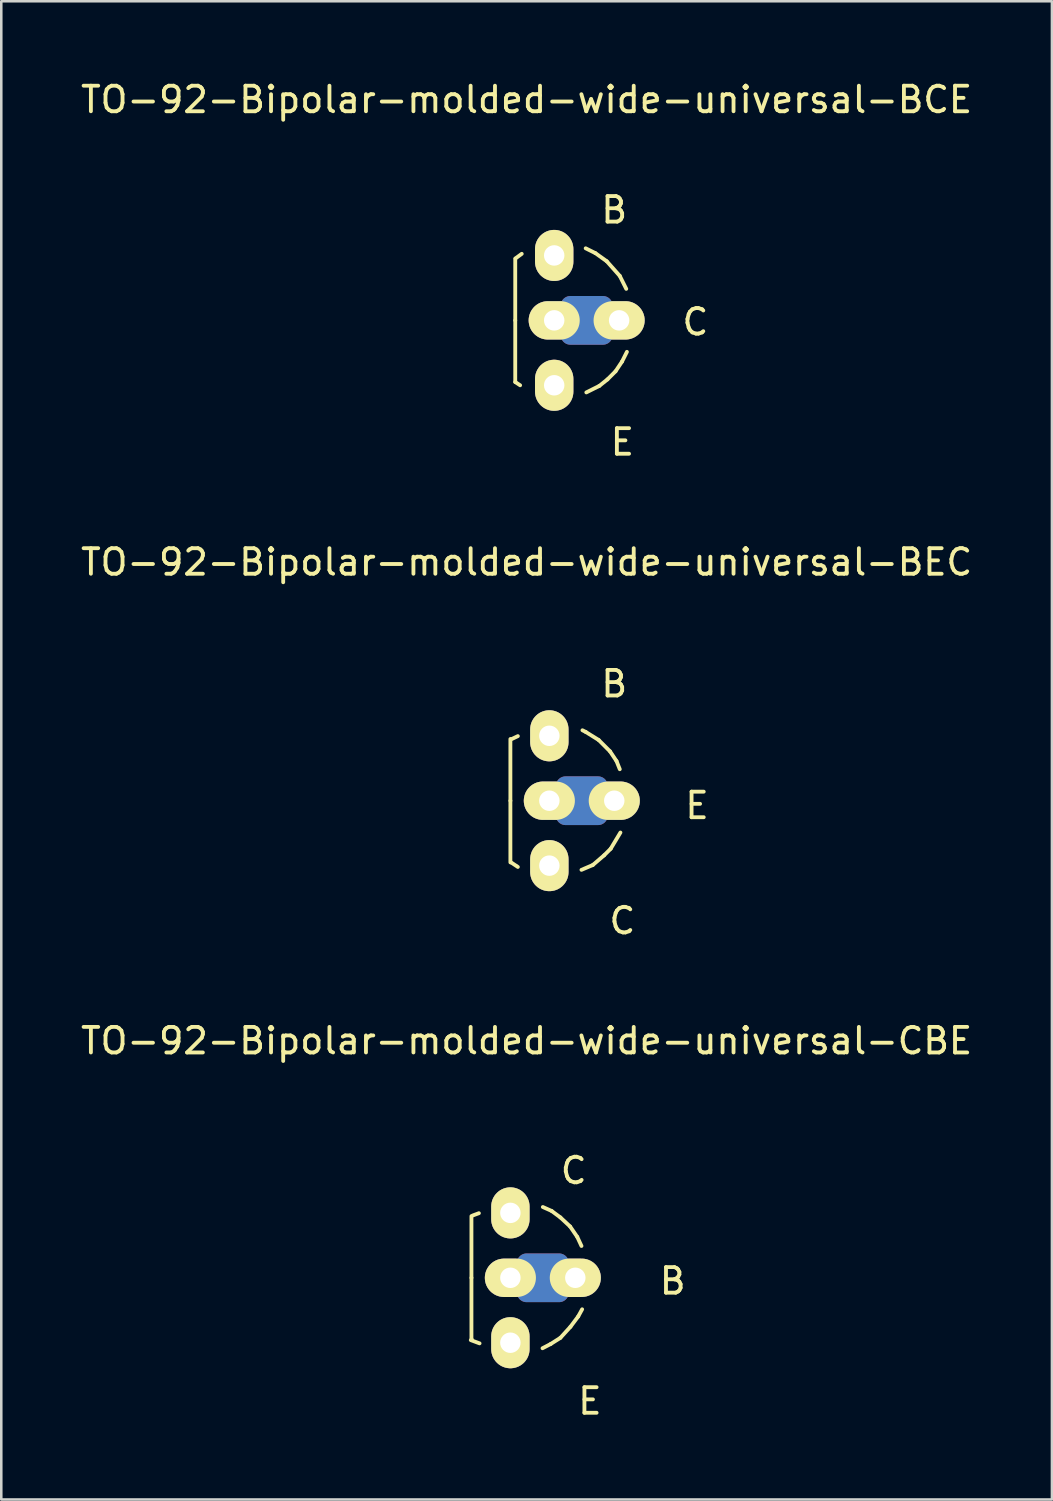
<source format=kicad_pcb>
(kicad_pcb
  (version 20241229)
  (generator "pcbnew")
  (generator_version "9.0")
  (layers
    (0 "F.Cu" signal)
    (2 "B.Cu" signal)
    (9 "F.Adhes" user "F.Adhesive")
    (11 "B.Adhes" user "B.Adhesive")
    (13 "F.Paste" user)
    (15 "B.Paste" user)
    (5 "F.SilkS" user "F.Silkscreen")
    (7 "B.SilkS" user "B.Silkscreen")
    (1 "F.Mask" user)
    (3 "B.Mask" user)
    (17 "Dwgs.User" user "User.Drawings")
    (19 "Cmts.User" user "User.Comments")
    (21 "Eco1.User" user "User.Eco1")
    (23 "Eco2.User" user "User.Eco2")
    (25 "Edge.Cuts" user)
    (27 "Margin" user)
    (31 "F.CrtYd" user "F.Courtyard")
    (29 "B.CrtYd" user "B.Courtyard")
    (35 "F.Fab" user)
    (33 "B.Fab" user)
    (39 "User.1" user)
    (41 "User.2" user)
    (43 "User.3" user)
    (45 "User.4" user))
  (footprint "TO-92-Bipolar-molded-wide-universal-BCE"
    (layer "F.Cu")
    (at 18.633 9.484)
    (property "Reference" "TO-92-Bipolar-molded-wide-universal-BCE" (at -1.079 -8.636 0) (layer "F.SilkS") (effects (font (size 1 1) (thickness 0.15))))
    (attr through_hole)
    (fp_line (start 0.635 -0.572) (end 1.905 -0.572) (stroke (width 0.762) (type solid)) (layer "F.Cu"))
    (fp_line (start 0.635 0.572) (end 1.905 0.572) (stroke (width 0.762) (type solid)) (layer "F.Cu"))
    (fp_line (start 0.889 0) (end 1.524 0) (stroke (width 0.762) (type solid)) (layer "F.Cu"))
    (fp_line (start 0.635 -0.572) (end 1.905 -0.572) (stroke (width 0.762) (type solid)) (layer "B.Cu"))
    (fp_line (start 0.635 0.572) (end 1.905 0.572) (stroke (width 0.762) (type solid)) (layer "B.Cu"))
    (fp_line (start 0.889 0) (end 1.524 0) (stroke (width 0.762) (type solid)) (layer "B.Cu"))
    (fp_line (start -1.524 0) (end -1.524 -2.413) (stroke (width 0.15) (type solid)) (layer "F.SilkS"))
    (fp_line (start -1.524 0) (end -1.524 2.413) (stroke (width 0.15) (type solid)) (layer "F.SilkS"))
    (fp_line (start -1.524 2.413) (end -1.333 2.54) (stroke (width 0.15) (type solid)) (layer "F.SilkS"))
    (fp_line (start -1.511 -2.426) (end -1.27 -2.603) (stroke (width 0.15) (type solid)) (layer "F.SilkS"))
    (fp_line (start 1.232 -2.819) (end 1.613 -2.629) (stroke (width 0.15) (type solid)) (layer "F.SilkS"))
    (fp_line (start 1.613 -2.629) (end 2.057 -2.311) (stroke (width 0.15) (type solid)) (layer "F.SilkS"))
    (fp_line (start 1.765 2.565) (end 1.257 2.819) (stroke (width 0.15) (type solid)) (layer "F.SilkS"))
    (fp_line (start 2.057 -2.311) (end 2.565 -1.74) (stroke (width 0.15) (type solid)) (layer "F.SilkS"))
    (fp_line (start 2.083 2.311) (end 1.765 2.565) (stroke (width 0.15) (type solid)) (layer "F.SilkS"))
    (fp_line (start 2.4 1.994) (end 2.083 2.311) (stroke (width 0.15) (type solid)) (layer "F.SilkS"))
    (fp_line (start 2.565 -1.74) (end 2.819 -1.232) (stroke (width 0.15) (type solid)) (layer "F.SilkS"))
    (fp_line (start 2.654 1.613) (end 2.4 1.994) (stroke (width 0.15) (type solid)) (layer "F.SilkS"))
    (fp_line (start 2.845 1.232) (end 2.654 1.613) (stroke (width 0.15) (type solid)) (layer "F.SilkS"))
    (fp_text user "E" (at 2.667 4.763 0) (layer "F.SilkS") (effects (font (size 1 1) (thickness 0.15))))
    (fp_text user "C" (at 5.524 0.064 0) (layer "F.SilkS") (effects (font (size 1 1) (thickness 0.15))))
    (fp_text user "B" (at 2.349 -4.318 0) (layer "F.SilkS") (effects (font (size 1 1) (thickness 0.15))))
    (pad "B" thru_hole oval (at 0 -2.54) (size 1.501 1.999) (drill 0.8) (layers "*.Cu" "*.Mask" "F.SilkS"))
    (pad "C" thru_hole oval (at 0 0 90) (size 1.501 1.999) (drill 0.8) (layers "*.Cu" "*.Mask" "F.SilkS"))
    (pad "C" thru_hole oval (at 2.54 0) (size 1.999 1.501) (drill 0.8) (layers "*.Cu" "*.Mask" "F.SilkS"))
    (pad "E" thru_hole oval (at 0 2.54) (size 1.501 1.999) (drill 0.8) (layers "*.Cu" "*.Mask" "F.SilkS")))
  (footprint "TO-92-Bipolar-molded-wide-universal-BEC"
    (layer "F.Cu")
    (at 18.443 28.278)
    (property "Reference" "TO-92-Bipolar-molded-wide-universal-BEC" (at -0.889 -9.335 0) (layer "F.SilkS") (effects (font (size 1 1) (thickness 0.15))))
    (attr through_hole)
    (fp_line (start 0.635 -0.572) (end 1.905 -0.572) (stroke (width 0.762) (type solid)) (layer "F.Cu"))
    (fp_line (start 0.635 0.572) (end 1.905 0.572) (stroke (width 0.762) (type solid)) (layer "F.Cu"))
    (fp_line (start 0.889 0) (end 1.524 0) (stroke (width 0.762) (type solid)) (layer "F.Cu"))
    (fp_line (start 0.635 -0.572) (end 1.905 -0.572) (stroke (width 0.762) (type solid)) (layer "B.Cu"))
    (fp_line (start 0.635 0.572) (end 1.905 0.572) (stroke (width 0.762) (type solid)) (layer "B.Cu"))
    (fp_line (start 0.889 0) (end 1.524 0) (stroke (width 0.762) (type solid)) (layer "B.Cu"))
    (fp_line (start -1.524 0) (end -1.524 -2.413) (stroke (width 0.15) (type solid)) (layer "F.SilkS"))
    (fp_line (start -1.524 0) (end -1.524 2.413) (stroke (width 0.15) (type solid)) (layer "F.SilkS"))
    (fp_line (start -1.499 -2.4) (end -1.232 -2.527) (stroke (width 0.15) (type solid)) (layer "F.SilkS"))
    (fp_line (start -1.499 2.413) (end -1.232 2.591) (stroke (width 0.15) (type solid)) (layer "F.SilkS"))
    (fp_line (start 1.257 2.705) (end 1.702 2.515) (stroke (width 0.15) (type solid)) (layer "F.SilkS"))
    (fp_line (start 1.422 -2.692) (end 1.295 -2.756) (stroke (width 0.15) (type solid)) (layer "F.SilkS"))
    (fp_line (start 1.702 2.515) (end 2.146 2.134) (stroke (width 0.15) (type solid)) (layer "F.SilkS"))
    (fp_line (start 1.93 -2.375) (end 1.422 -2.692) (stroke (width 0.15) (type solid)) (layer "F.SilkS"))
    (fp_line (start 2.146 2.134) (end 2.4 1.88) (stroke (width 0.15) (type solid)) (layer "F.SilkS"))
    (fp_line (start 2.375 -1.93) (end 1.93 -2.375) (stroke (width 0.15) (type solid)) (layer "F.SilkS"))
    (fp_line (start 2.4 1.88) (end 2.781 1.245) (stroke (width 0.15) (type solid)) (layer "F.SilkS"))
    (fp_line (start 2.629 -1.549) (end 2.375 -1.93) (stroke (width 0.15) (type solid)) (layer "F.SilkS"))
    (fp_line (start 2.756 -1.232) (end 2.629 -1.549) (stroke (width 0.15) (type solid)) (layer "F.SilkS"))
    (fp_text user "E" (at 5.779 0.191 0) (layer "F.SilkS") (effects (font (size 1 1) (thickness 0.15))))
    (fp_text user "C" (at 2.857 4.699 0) (layer "F.SilkS") (effects (font (size 1 1) (thickness 0.15))))
    (fp_text user "B" (at 2.54 -4.572 0) (layer "F.SilkS") (effects (font (size 1 1) (thickness 0.15))))
    (pad "B" thru_hole oval (at 0 -2.54) (size 1.501 1.999) (drill 0.8) (layers "*.Cu" "*.Mask" "F.SilkS"))
    (pad "C" thru_hole oval (at 0 2.54) (size 1.501 1.999) (drill 0.8) (layers "*.Cu" "*.Mask" "F.SilkS"))
    (pad "E" thru_hole oval (at 0 0 90) (size 1.501 1.999) (drill 0.8) (layers "*.Cu" "*.Mask" "F.SilkS"))
    (pad "E" thru_hole oval (at 2.54 0) (size 1.999 1.501) (drill 0.8) (layers "*.Cu" "*.Mask" "F.SilkS")))
  (footprint "TO-92-Bipolar-molded-wide-universal-CBE"
    (layer "F.Cu")
    (at 16.919 46.944)
    (property "Reference" "TO-92-Bipolar-molded-wide-universal-CBE" (at 0.635 -9.271 0) (layer "F.SilkS") (effects (font (size 1 1) (thickness 0.15))))
    (attr through_hole)
    (fp_line (start 0.635 -0.572) (end 1.905 -0.572) (stroke (width 0.762) (type solid)) (layer "F.Cu"))
    (fp_line (start 0.635 0.572) (end 1.905 0.572) (stroke (width 0.762) (type solid)) (layer "F.Cu"))
    (fp_line (start 0.889 0) (end 1.524 0) (stroke (width 0.762) (type solid)) (layer "F.Cu"))
    (fp_line (start 0.635 -0.572) (end 1.905 -0.572) (stroke (width 0.762) (type solid)) (layer "B.Cu"))
    (fp_line (start 0.635 0.572) (end 1.905 0.572) (stroke (width 0.762) (type solid)) (layer "B.Cu"))
    (fp_line (start 0.889 0) (end 1.524 0) (stroke (width 0.762) (type solid)) (layer "B.Cu"))
    (fp_line (start -1.549 2.438) (end -1.206 2.565) (stroke (width 0.15) (type solid)) (layer "F.SilkS"))
    (fp_line (start -1.524 0) (end -1.524 -2.413) (stroke (width 0.15) (type solid)) (layer "F.SilkS"))
    (fp_line (start -1.524 0) (end -1.524 2.413) (stroke (width 0.15) (type solid)) (layer "F.SilkS"))
    (fp_line (start -1.511 2.426) (end -1.511 2.413) (stroke (width 0.15) (type solid)) (layer "F.SilkS"))
    (fp_line (start -1.473 -2.438) (end -1.232 -2.527) (stroke (width 0.15) (type solid)) (layer "F.SilkS"))
    (fp_line (start 1.27 -2.769) (end 1.613 -2.616) (stroke (width 0.15) (type solid)) (layer "F.SilkS"))
    (fp_line (start 1.575 2.591) (end 1.257 2.756) (stroke (width 0.15) (type solid)) (layer "F.SilkS"))
    (fp_line (start 1.613 -2.616) (end 1.956 -2.362) (stroke (width 0.15) (type solid)) (layer "F.SilkS"))
    (fp_line (start 1.956 -2.362) (end 2.337 -2.007) (stroke (width 0.15) (type solid)) (layer "F.SilkS"))
    (fp_line (start 1.956 2.349) (end 1.575 2.591) (stroke (width 0.15) (type solid)) (layer "F.SilkS"))
    (fp_line (start 2.337 -2.007) (end 2.616 -1.6) (stroke (width 0.15) (type solid)) (layer "F.SilkS"))
    (fp_line (start 2.349 1.918) (end 1.956 2.349) (stroke (width 0.15) (type solid)) (layer "F.SilkS"))
    (fp_line (start 2.616 -1.6) (end 2.781 -1.245) (stroke (width 0.15) (type solid)) (layer "F.SilkS"))
    (fp_line (start 2.654 1.511) (end 2.349 1.918) (stroke (width 0.15) (type solid)) (layer "F.SilkS"))
    (fp_line (start 2.807 1.232) (end 2.654 1.511) (stroke (width 0.15) (type solid)) (layer "F.SilkS"))
    (fp_text user "B" (at 6.35 0.127 0) (layer "F.SilkS") (effects (font (size 1 1) (thickness 0.15))))
    (fp_text user "E" (at 3.111 4.826 0) (layer "F.SilkS") (effects (font (size 1 1) (thickness 0.15))))
    (fp_text user "C" (at 2.477 -4.191 0) (layer "F.SilkS") (effects (font (size 1 1) (thickness 0.15))))
    (pad "B" thru_hole oval (at 0 0 90) (size 1.501 1.999) (drill 0.8) (layers "*.Cu" "*.Mask" "F.SilkS"))
    (pad "B" thru_hole oval (at 2.54 0) (size 1.999 1.501) (drill 0.8) (layers "*.Cu" "*.Mask" "F.SilkS"))
    (pad "C" thru_hole oval (at 0 -2.54) (size 1.501 1.999) (drill 0.8) (layers "*.Cu" "*.Mask" "F.SilkS"))
    (pad "E" thru_hole oval (at 0 2.54) (size 1.501 1.999) (drill 0.8) (layers "*.Cu" "*.Mask" "F.SilkS")))
  (gr_rect
    (start -3 -3)
    (end 38.107 55.618)
    (stroke (width 0.1) (type default))
    (fill no)
    (layer "Edge.Cuts")))
</source>
